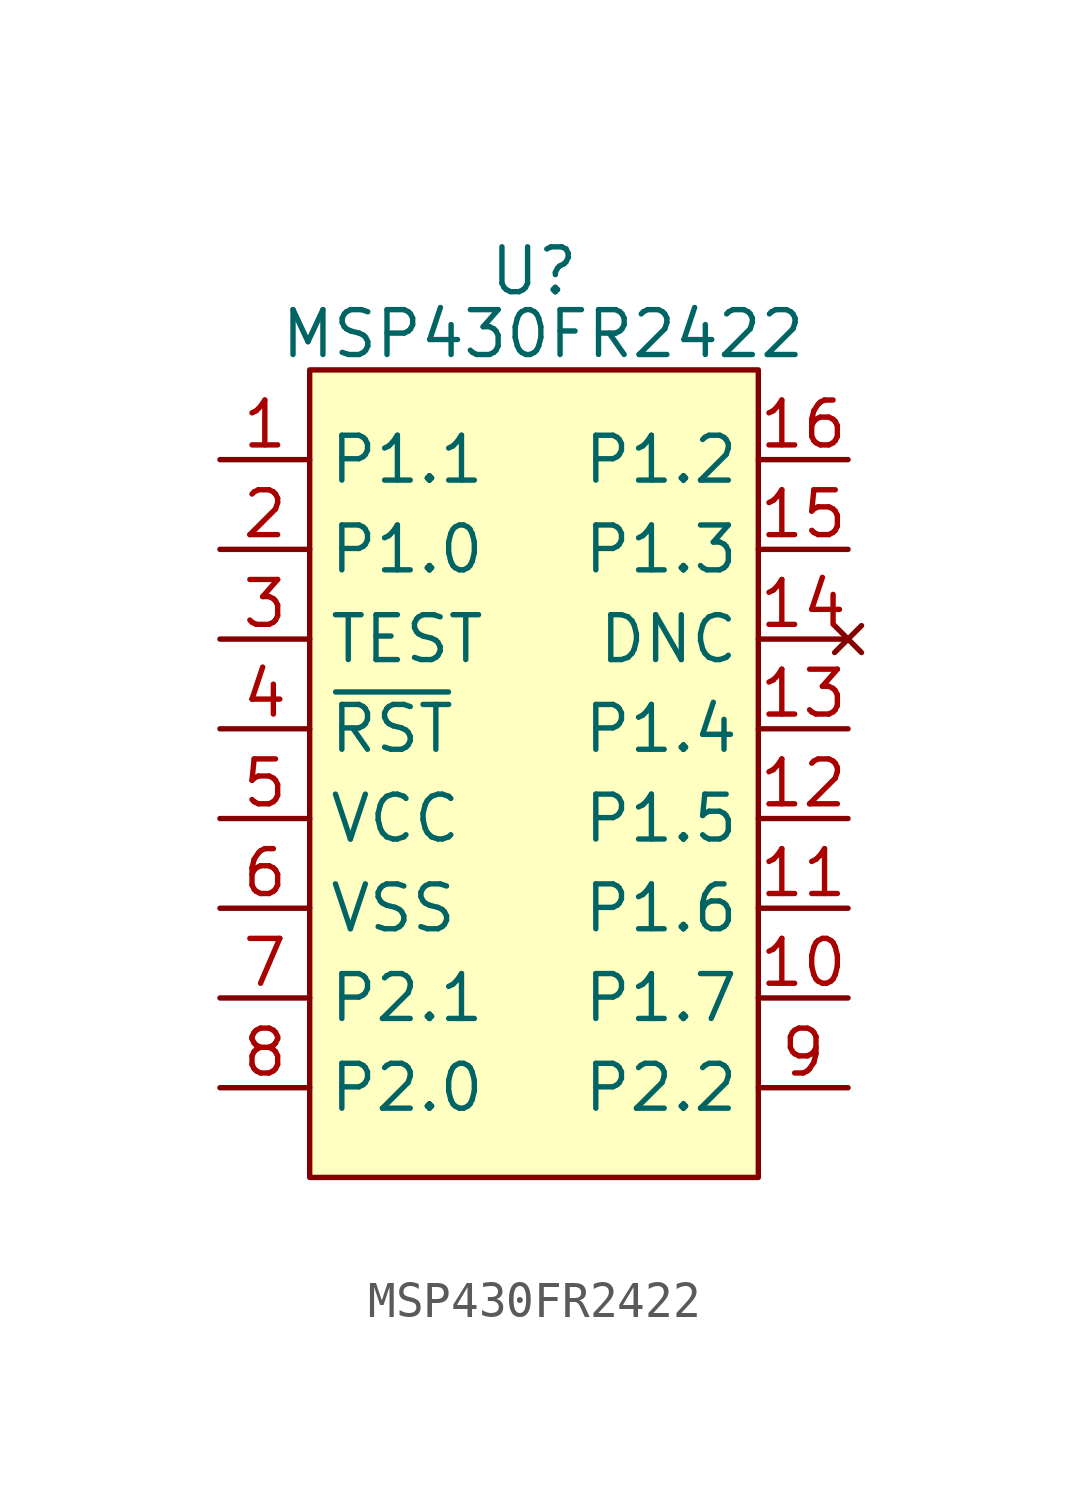
<source format=kicad_sym>
(kicad_symbol_lib
  (version 20231120)
  (generator "kicad_symbol_editor")
  (generator_version "8.0")
  (symbol "MSP430FR2422"
    (property "Reference" "U"
      (at 0 12.954 0)
      (effects (font (size 1.27 1.27))))
    (property "Value" "MSP430FR2422"
      (at 0.254 11.176 0)
      (effects (font (size 1.27 1.27))))
    (symbol "MSP430FR2422_1_0"
      (pin bidirectional line (at 8.89 -7.62 180) (length 2.54) (name "P1.7" (effects (font (size 1.27 1.27)))) (number "10" (effects (font (size 1.27 1.27)))))
      (pin bidirectional line (at 8.89 -5.08 180) (length 2.54) (name "P1.6" (effects (font (size 1.27 1.27)))) (number "11" (effects (font (size 1.27 1.27)))))
      (pin bidirectional line (at 8.89 -2.54 180) (length 2.54) (name "P1.5" (effects (font (size 1.27 1.27)))) (number "12" (effects (font (size 1.27 1.27)))))
      (pin bidirectional line (at 8.89 0 180) (length 2.54) (name "P1.4" (effects (font (size 1.27 1.27)))) (number "13" (effects (font (size 1.27 1.27)))))
      (pin no_connect line (at 8.89 2.54 180) (length 2.54) (name "DNC" (effects (font (size 1.27 1.27)))) (number "14" (effects (font (size 1.27 1.27)))))
      (pin bidirectional line (at 8.89 5.08 180) (length 2.54) (name "P1.3" (effects (font (size 1.27 1.27)))) (number "15" (effects (font (size 1.27 1.27)))))
      (pin bidirectional line (at 8.89 7.62 180) (length 2.54) (name "P1.2" (effects (font (size 1.27 1.27)))) (number "16" (effects (font (size 1.27 1.27)))))
      (pin bidirectional line (at -8.89 5.08 0) (length 2.54) (name "P1.0" (effects (font (size 1.27 1.27)))) (number "2" (effects (font (size 1.27 1.27)))))
      (pin bidirectional line (at -8.89 2.54 0) (length 2.54) (name "TEST" (effects (font (size 1.27 1.27)))) (number "3" (effects (font (size 1.27 1.27)))))
      (pin bidirectional line (at -8.89 0 0) (length 2.54) (name "~{RST}" (effects (font (size 1.27 1.27)))) (number "4" (effects (font (size 1.27 1.27)))))
      (pin power_in line (at -8.89 -2.54 0) (length 2.54) (name "VCC" (effects (font (size 1.27 1.27)))) (number "5" (effects (font (size 1.27 1.27)))))
      (pin power_in line (at -8.89 -5.08 0) (length 2.54) (name "VSS" (effects (font (size 1.27 1.27)))) (number "6" (effects (font (size 1.27 1.27)))))
      (pin bidirectional line (at -8.89 -7.62 0) (length 2.54) (name "P2.1" (effects (font (size 1.27 1.27)))) (number "7" (effects (font (size 1.27 1.27)))))
      (pin bidirectional line (at -8.89 -10.16 0) (length 2.54) (name "P2.0" (effects (font (size 1.27 1.27)))) (number "8" (effects (font (size 1.27 1.27)))))
      (pin bidirectional line (at 8.89 -10.16 180) (length 2.54) (name "P2.2" (effects (font (size 1.27 1.27)))) (number "9" (effects (font (size 1.27 1.27))))))
    (symbol "MSP430FR2422_1_1"
      (rectangle (start -6.35 10.16) (end 6.35 -12.7) (stroke (width 0) (type default)) (fill (type background)))
      (pin bidirectional line (at -8.89 7.62 0) (length 2.54) (name "P1.1" (effects (font (size 1.27 1.27)))) (number "1" (effects (font (size 1.27 1.27))))))))
</source>
